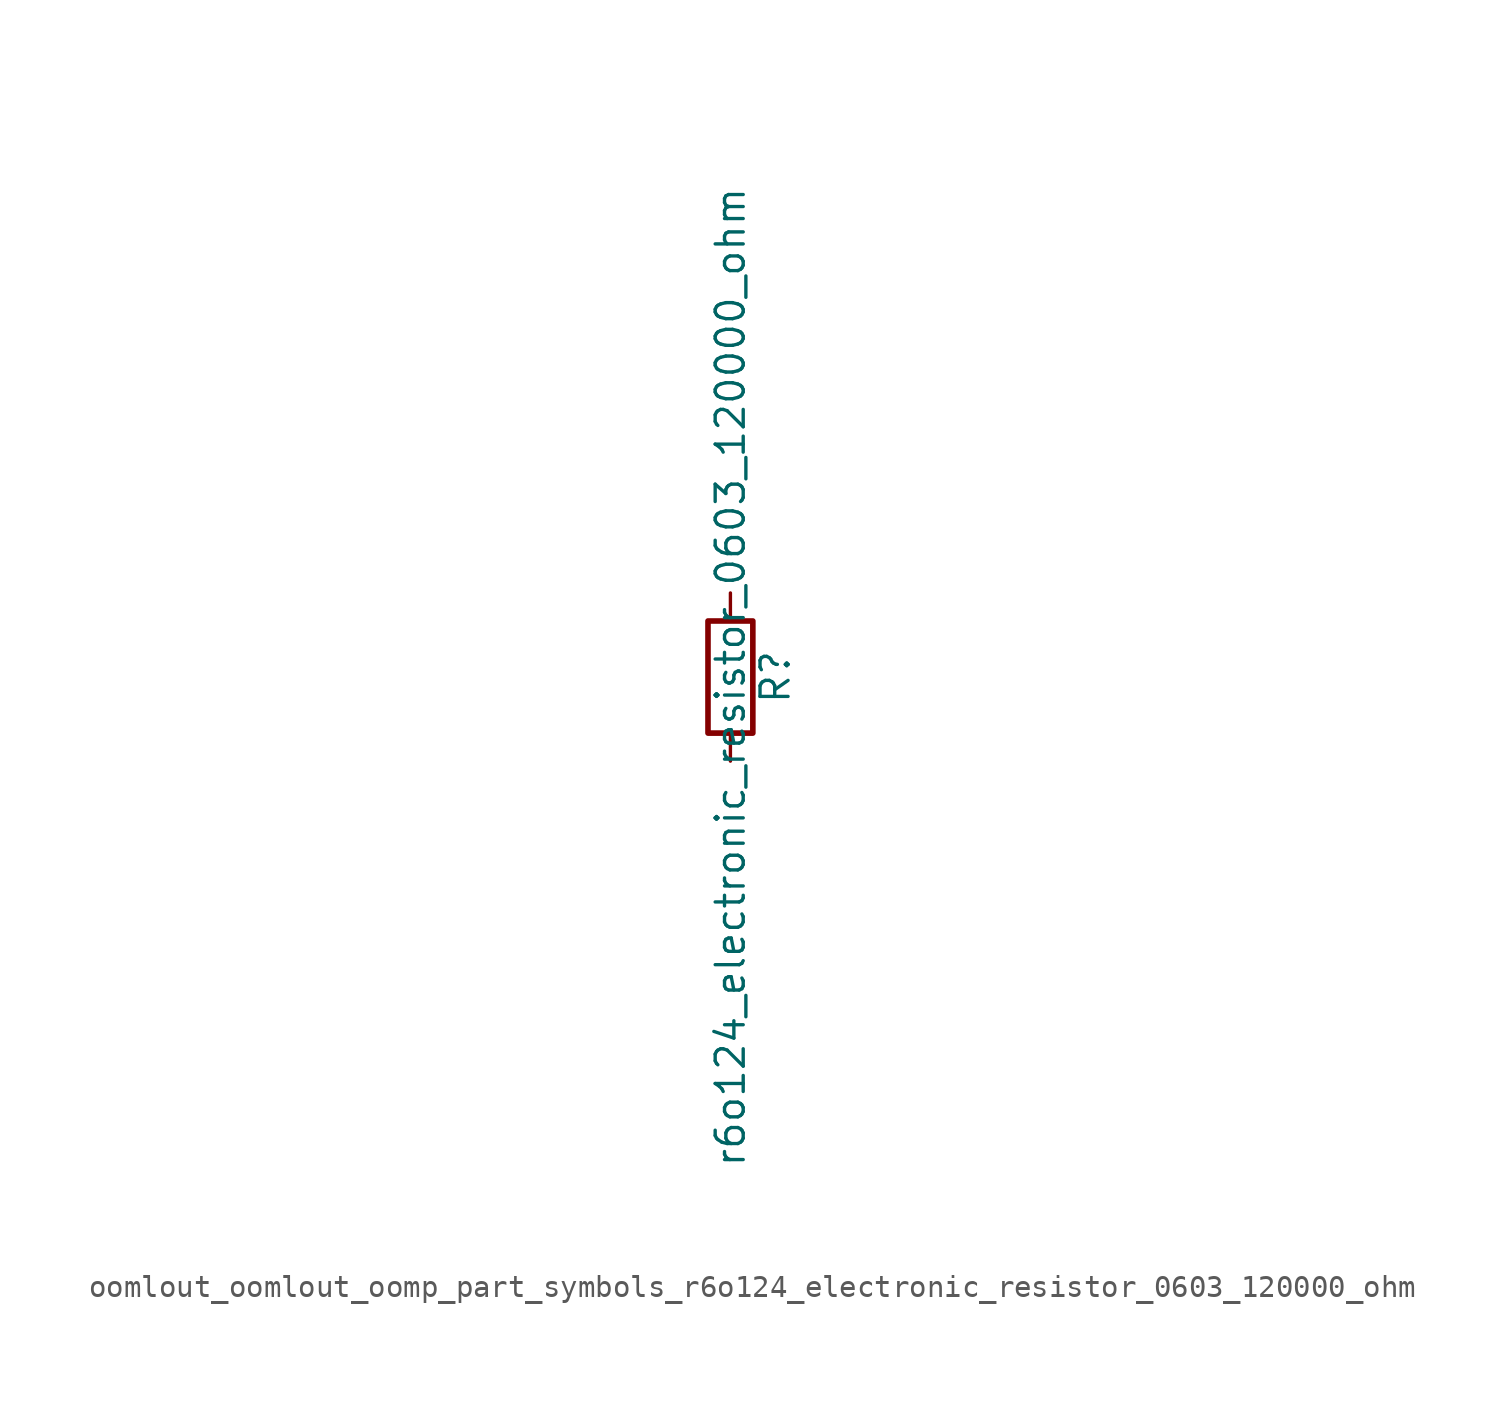
<source format=kicad_sym>
(kicad_symbol_lib
  (version 20220914)
  (generator kicad_symbol_editor)
  (symbol "oomlout_oomlout_oomp_part_symbols_r6o124_electronic_resistor_0603_120000_ohm"
    (pin_numbers hide)
    (pin_names
      (offset 0))
    (property "Reference" "R"
      (at 2.032 0 90)
      (effects (font (size 1.27 1.27))))
    (property "Value" "r6o124_electronic_resistor_0603_120000_ohm"
      (at 0 0 90)
      (effects (font (size 1.27 1.27))))
    (symbol "oomlout_oomlout_oomp_part_symbols_r6o124_electronic_resistor_0603_120000_ohm_0_1"
      (rectangle (start -1.016 -2.54) (end 1.016 2.54) (stroke (width 0.254) (type default)) (fill (type none))))
    (symbol "oomlout_oomlout_oomp_part_symbols_r6o124_electronic_resistor_0603_120000_ohm_1_1"
      (pin passive line (at 0 3.81 270) (length 1.27) (name "~" (effects (font (size 1.27 1.27)))) (number "1" (effects (font (size 1.27 1.27)))))
      (pin passive line (at 0 -3.81 90) (length 1.27) (name "~" (effects (font (size 1.27 1.27)))) (number "2" (effects (font (size 1.27 1.27))))))))
</source>
